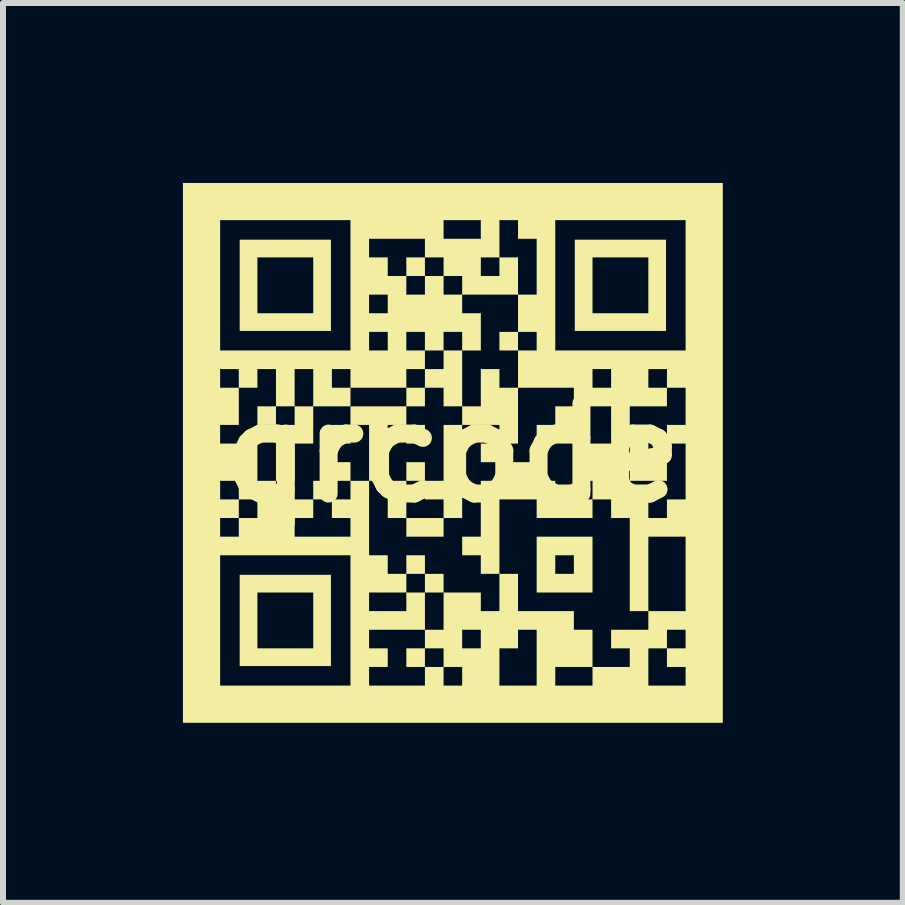
<source format=kicad_pcb>
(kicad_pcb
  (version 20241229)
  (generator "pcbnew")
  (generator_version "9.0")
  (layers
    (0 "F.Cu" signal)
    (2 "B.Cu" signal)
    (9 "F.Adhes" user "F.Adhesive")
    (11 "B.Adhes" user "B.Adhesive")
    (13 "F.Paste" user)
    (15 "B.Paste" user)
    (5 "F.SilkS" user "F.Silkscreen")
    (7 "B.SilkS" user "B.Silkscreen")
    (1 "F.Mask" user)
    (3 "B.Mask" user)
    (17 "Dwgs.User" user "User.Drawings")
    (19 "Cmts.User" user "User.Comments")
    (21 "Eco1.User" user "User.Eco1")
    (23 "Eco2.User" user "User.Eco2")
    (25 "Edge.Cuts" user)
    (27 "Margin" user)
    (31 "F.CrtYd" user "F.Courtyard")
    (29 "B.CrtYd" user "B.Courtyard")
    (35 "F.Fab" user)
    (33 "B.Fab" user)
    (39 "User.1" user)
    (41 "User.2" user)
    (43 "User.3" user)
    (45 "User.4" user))
  (footprint "qrcode"
    (layer "F.Cu")
    (at 4.5 4.5)
    (property "Reference" "qrcode" (at 0 0 0) (layer "F.SilkS") (effects (font (size 1.5 1.5) (thickness 0.3))))
    (attr board_only exclude_from_pos_files exclude_from_bom)
    (fp_poly (pts (xy -0.466 -3.104) (xy -0.466 -2.949) (xy -0.621 -2.949) (xy -0.776 -2.949) (xy -0.776 -3.104) (xy -0.776 -3.259) (xy -0.621 -3.259) (xy -0.466 -3.259)) (stroke (width 0) (type solid)) (fill yes) (layer "F.SilkS"))
    (fp_poly (pts (xy -0.466 -0.31) (xy -0.466 -0.155) (xy -0.621 -0.155) (xy -0.776 -0.155) (xy -0.776 -0.31) (xy -0.776 -0.466) (xy -0.621 -0.466) (xy -0.466 -0.466)) (stroke (width 0) (type solid)) (fill yes) (layer "F.SilkS"))
    (fp_poly (pts (xy -0.466 0.31) (xy -0.466 0.466) (xy -0.621 0.466) (xy -0.776 0.466) (xy -0.776 0.31) (xy -0.776 0.155) (xy -0.621 0.155) (xy -0.466 0.155)) (stroke (width 0) (type solid)) (fill yes) (layer "F.SilkS"))
    (fp_poly (pts (xy -0.466 1.862) (xy -0.466 2.017) (xy -0.621 2.017) (xy -0.776 2.017) (xy -0.776 1.862) (xy -0.776 1.707) (xy -0.621 1.707) (xy -0.466 1.707)) (stroke (width 0) (type solid)) (fill yes) (layer "F.SilkS"))
    (fp_poly (pts (xy -0.466 3.414) (xy -0.466 3.569) (xy -0.621 3.569) (xy -0.776 3.569) (xy -0.776 3.414) (xy -0.776 3.259) (xy -0.621 3.259) (xy -0.466 3.259)) (stroke (width 0) (type solid)) (fill yes) (layer "F.SilkS"))
    (fp_poly (pts (xy -0.155 2.173) (xy -0.155 2.328) (xy -0.31 2.328) (xy -0.466 2.328) (xy -0.466 2.173) (xy -0.466 2.017) (xy -0.31 2.017) (xy -0.155 2.017)) (stroke (width 0) (type solid)) (fill yes) (layer "F.SilkS"))
    (fp_poly (pts (xy 1.086 -1.862) (xy 1.086 -1.707) (xy 0.931 -1.707) (xy 0.776 -1.707) (xy 0.776 -1.862) (xy 0.776 -2.017) (xy 0.931 -2.017) (xy 1.086 -2.017)) (stroke (width 0) (type solid)) (fill yes) (layer "F.SilkS"))
    (fp_poly (pts (xy 2.017 -0.466) (xy 2.017 -0.155) (xy 1.707 -0.155) (xy 1.397 -0.155) (xy 1.397 -0.31) (xy 1.397 -0.466) (xy 1.552 -0.466) (xy 1.707 -0.466) (xy 1.707 -0.621) (xy 1.707 -0.776) (xy 1.862 -0.776) (xy 2.017 -0.776)) (stroke (width 0) (type solid)) (fill yes) (layer "F.SilkS"))
    (fp_poly (pts (xy -1.707 0.31) (xy -1.707 0.466) (xy -1.862 0.466) (xy -2.017 0.466) (xy -2.017 0.621) (xy -2.017 0.776) (xy -2.173 0.776) (xy -2.328 0.776) (xy -2.328 0.621) (xy -2.328 0.466) (xy -2.173 0.466) (xy -2.017 0.466) (xy -2.017 0.31) (xy -2.017 0.155) (xy -1.862 0.155) (xy -1.707 0.155)) (stroke (width 0) (type solid)) (fill yes) (layer "F.SilkS"))
    (fp_poly (pts (xy -2.033 -2.793) (xy -2.033 -2.033) (xy -2.793 -2.033) (xy -3.554 -2.033) (xy -3.554 -2.793) (xy -3.259 -2.793) (xy -3.259 -2.328) (xy -2.793 -2.328) (xy -2.328 -2.328) (xy -2.328 -2.793) (xy -2.328 -3.259) (xy -2.793 -3.259) (xy -3.259 -3.259) (xy -3.259 -2.793) (xy -3.554 -2.793) (xy -3.554 -3.554) (xy -2.793 -3.554) (xy -2.033 -3.554)) (stroke (width 0) (type solid)) (fill yes) (layer "F.SilkS"))
    (fp_poly (pts (xy -2.033 2.793) (xy -2.033 3.554) (xy -2.793 3.554) (xy -3.554 3.554) (xy -3.554 2.793) (xy -3.259 2.793) (xy -3.259 3.259) (xy -2.793 3.259) (xy -2.328 3.259) (xy -2.328 2.793) (xy -2.328 2.328) (xy -2.793 2.328) (xy -3.259 2.328) (xy -3.259 2.793) (xy -3.554 2.793) (xy -3.554 2.033) (xy -2.793 2.033) (xy -2.033 2.033)) (stroke (width 0) (type solid)) (fill yes) (layer "F.SilkS"))
    (fp_poly (pts (xy 2.328 1.862) (xy 2.328 2.328) (xy 1.862 2.328) (xy 1.397 2.328) (xy 1.397 1.862) (xy 1.707 1.862) (xy 1.707 2.017) (xy 1.862 2.017) (xy 2.017 2.017) (xy 2.017 1.862) (xy 2.017 1.707) (xy 1.862 1.707) (xy 1.707 1.707) (xy 1.707 1.862) (xy 1.397 1.862) (xy 1.397 1.397) (xy 1.862 1.397) (xy 2.328 1.397)) (stroke (width 0) (type solid)) (fill yes) (layer "F.SilkS"))
    (fp_poly (pts (xy 3.554 -2.793) (xy 3.554 -2.033) (xy 2.793 -2.033) (xy 2.033 -2.033) (xy 2.033 -2.793) (xy 2.328 -2.793) (xy 2.328 -2.328) (xy 2.793 -2.328) (xy 3.259 -2.328) (xy 3.259 -2.793) (xy 3.259 -3.259) (xy 2.793 -3.259) (xy 2.328 -3.259) (xy 2.328 -2.793) (xy 2.033 -2.793) (xy 2.033 -3.554) (xy 2.793 -3.554) (xy 3.554 -3.554)) (stroke (width 0) (type solid)) (fill yes) (layer "F.SilkS"))
    (fp_poly (pts (xy -2.949 -0.621) (xy -2.949 -0.466) (xy -2.793 -0.466) (xy -2.638 -0.466) (xy -2.638 -0.621) (xy -2.638 -0.776) (xy -2.483 -0.776) (xy -2.328 -0.776) (xy -2.328 -0.466) (xy -2.328 -0.155) (xy -2.483 -0.155) (xy -2.638 -0.155) (xy -2.638 0.155) (xy -2.638 0.466) (xy -2.793 0.466) (xy -2.949 0.466) (xy -2.949 -0.000001) (xy -2.949 -0.466) (xy -3.104 -0.466) (xy -3.259 -0.466) (xy -3.259 -0.621) (xy -3.259 -0.776) (xy -3.104 -0.776) (xy -2.949 -0.776)) (stroke (width 0) (type solid)) (fill yes) (layer "F.SilkS"))
    (fp_poly (pts (xy 1.397 0.31) (xy 1.397 0.466) (xy 1.552 0.466) (xy 1.707 0.466) (xy 1.707 0.621) (xy 1.707 0.776) (xy 2.017 0.776) (xy 2.328 0.776) (xy 2.328 0.931) (xy 2.328 1.086) (xy 1.862 1.086) (xy 1.397 1.086) (xy 1.397 0.931) (xy 1.397 0.776) (xy 1.086 0.776) (xy 0.776 0.776) (xy 0.776 1.397) (xy 0.776 2.017) (xy 0.621 2.017) (xy 0.466 2.017) (xy 0.466 1.862) (xy 0.466 1.707) (xy 0.31 1.707) (xy 0.155 1.707) (xy 0.155 1.552) (xy 0.155 1.397) (xy 0.31 1.397) (xy 0.466 1.397) (xy 0.466 0.931) (xy 0.466 0.466) (xy 0.621 0.466) (xy 0.776 0.466) (xy 0.776 0.31) (xy 0.776 0.155) (xy 1.086 0.155) (xy 1.397 0.155)) (stroke (width 0) (type solid)) (fill yes) (layer "F.SilkS"))
    (fp_poly (pts (xy 0.155 -1.241) (xy 0.155 -0.776) (xy 0.31 -0.776) (xy 0.466 -0.776) (xy 0.466 -1.086) (xy 0.466 -1.397) (xy 0.621 -1.397) (xy 0.776 -1.397) (xy 0.776 -1.241) (xy 0.776 -1.086) (xy 0.931 -1.086) (xy 1.086 -1.086) (xy 1.086 -0.621) (xy 1.086 -0.155) (xy 0.931 -0.155) (xy 0.776 -0.155) (xy 0.776 -0.000001) (xy 0.776 0.155) (xy 0.621 0.155) (xy 0.466 0.155) (xy 0.466 -0.000001) (xy 0.466 -0.155) (xy 0.621 -0.155) (xy 0.776 -0.155) (xy 0.776 -0.31) (xy 0.776 -0.466) (xy 0.466 -0.466) (xy 0.155 -0.466) (xy 0.155 0.31) (xy 0.155 1.086) (xy -0.000001 1.086) (xy -0.155 1.086) (xy -0.155 1.241) (xy -0.155 1.397) (xy -0.466 1.397) (xy -0.776 1.397) (xy -0.776 1.241) (xy -0.776 1.086) (xy -0.931 1.086) (xy -1.086 1.086) (xy -1.086 0.776) (xy -1.086 0.466) (xy -0.931 0.466) (xy -0.776 0.466) (xy -0.776 0.776) (xy -0.776 1.086) (xy -0.466 1.086) (xy -0.155 1.086) (xy -0.155 0.931) (xy -0.155 0.776) (xy -0.31 0.776) (xy -0.466 0.776) (xy -0.466 0.621) (xy -0.466 0.466) (xy -0.31 0.466) (xy -0.155 0.466) (xy -0.155 -0.000001) (xy -0.155 -0.466) (xy -0.000001 -0.466) (xy 0.155 -0.466) (xy 0.155 -0.621) (xy 0.155 -0.776) (xy -0.000001 -0.776) (xy -0.155 -0.776) (xy -0.155 -0.931) (xy -0.155 -1.086) (xy -0.31 -1.086) (xy -0.466 -1.086) (xy -0.466 -0.931) (xy -0.466 -0.776) (xy -0.621 -0.776) (xy -0.776 -0.776) (xy -0.776 -0.621) (xy -0.776 -0.466) (xy -0.931 -0.466) (xy -1.086 -0.466) (xy -1.086 -0.000001) (xy -1.086 0.466) (xy -1.241 0.466) (xy -1.397 0.466) (xy -1.397 -0.000001) (xy -1.397 -0.466) (xy -1.552 -0.466) (xy -1.707 -0.466) (xy -1.707 -0.31) (xy -1.707 -0.155) (xy -1.862 -0.155) (xy -2.017 -0.155) (xy -2.017 -0.31) (xy -2.017 -0.466) (xy -1.862 -0.466) (xy -1.707 -0.466) (xy -1.707 -0.621) (xy -1.707 -0.776) (xy -1.241 -0.776) (xy -0.776 -0.776) (xy -0.776 -0.931) (xy -0.776 -1.086) (xy -0.621 -1.086) (xy -0.466 -1.086) (xy -0.466 -1.241) (xy -0.466 -1.397) (xy -0.31 -1.397) (xy -0.155 -1.397) (xy -0.155 -1.552) (xy -0.155 -1.707) (xy -0.000001 -1.707) (xy 0.155 -1.707)) (stroke (width 0) (type solid)) (fill yes) (layer "F.SilkS"))
    (fp_poly (pts (xy 4.5 -0.000001) (xy 4.5 4.5) (xy -0.000001 4.5) (xy -4.5 4.5) (xy -4.5 2.793) (xy -3.88 2.793) (xy -3.88 3.88) (xy -2.793 3.88) (xy -1.707 3.88) (xy -1.707 2.793) (xy -1.707 1.707) (xy -2.793 1.707) (xy -3.88 1.707) (xy -3.88 2.793) (xy -4.5 2.793) (xy -4.5 1.086) (xy -3.88 1.086) (xy -3.88 1.241) (xy -3.88 1.397) (xy -3.724 1.397) (xy -3.569 1.397) (xy -3.569 1.241) (xy -3.569 1.086) (xy -3.414 1.086) (xy -3.259 1.086) (xy -3.259 0.931) (xy -3.259 0.776) (xy -3.414 0.776) (xy -3.569 0.776) (xy -3.569 0.931) (xy -3.569 1.086) (xy -3.724 1.086) (xy -3.88 1.086) (xy -4.5 1.086) (xy -4.5 0.621) (xy -3.88 0.621) (xy -3.88 0.776) (xy -3.724 0.776) (xy -3.569 0.776) (xy -3.569 0.621) (xy -3.569 0.466) (xy -3.724 0.466) (xy -3.88 0.466) (xy -3.88 0.621) (xy -4.5 0.621) (xy -4.5 -0.000001) (xy -4.5 -1.397) (xy -3.88 -1.397) (xy -3.88 -1.241) (xy -3.88 -1.086) (xy -3.724 -1.086) (xy -3.569 -1.086) (xy -3.569 -0.776) (xy -3.569 -0.466) (xy -3.724 -0.466) (xy -3.88 -0.466) (xy -3.88 -0.31) (xy -3.88 -0.155) (xy -3.569 -0.155) (xy -3.259 -0.155) (xy -3.259 0.155) (xy -3.259 0.466) (xy -3.104 0.466) (xy -2.949 0.466) (xy -2.949 0.621) (xy -2.949 0.776) (xy -2.638 0.776) (xy -2.328 0.776) (xy -2.328 0.931) (xy -2.328 1.086) (xy -2.483 1.086) (xy -2.638 1.086) (xy -2.638 1.241) (xy -2.638 1.397) (xy -2.173 1.397) (xy -1.707 1.397) (xy -1.707 1.241) (xy -1.707 1.086) (xy -1.862 1.086) (xy -2.017 1.086) (xy -2.017 0.931) (xy -2.017 0.776) (xy -1.862 0.776) (xy -1.707 0.776) (xy -1.707 0.621) (xy -1.707 0.466) (xy -1.552 0.466) (xy -1.397 0.466) (xy -1.397 1.086) (xy -1.397 1.707) (xy -1.241 1.707) (xy -1.086 1.707) (xy -1.086 1.862) (xy -1.086 2.017) (xy -0.931 2.017) (xy -0.776 2.017) (xy -0.776 2.173) (xy -0.776 2.328) (xy -1.086 2.328) (xy -1.397 2.328) (xy -1.397 2.483) (xy -1.397 2.638) (xy -1.086 2.638) (xy -0.776 2.638) (xy -0.776 2.483) (xy -0.776 2.328) (xy -0.621 2.328) (xy -0.466 2.328) (xy -0.466 2.638) (xy -0.466 2.949) (xy -0.931 2.949) (xy -1.397 2.949) (xy -1.397 3.104) (xy -1.397 3.259) (xy -1.241 3.259) (xy -1.086 3.259) (xy -1.086 3.414) (xy -1.086 3.569) (xy -1.241 3.569) (xy -1.397 3.569) (xy -1.397 3.724) (xy -1.397 3.88) (xy -0.931 3.88) (xy -0.466 3.88) (xy -0.466 3.724) (xy -0.155 3.724) (xy -0.155 3.88) (xy -0.000001 3.88) (xy 0.155 3.88) (xy 0.155 3.724) (xy 0.155 3.569) (xy -0.000001 3.569) (xy -0.155 3.569) (xy -0.155 3.724) (xy -0.466 3.724) (xy -0.466 3.569) (xy -0.31 3.569) (xy -0.155 3.569) (xy -0.155 3.414) (xy -0.155 3.259) (xy -0.31 3.259) (xy -0.466 3.259) (xy -0.466 3.104) (xy 0.155 3.104) (xy 0.155 3.259) (xy 0.31 3.259) (xy 0.466 3.259) (xy 0.776 3.259) (xy 0.776 3.569) (xy 0.776 3.88) (xy 1.086 3.88) (xy 1.397 3.88) (xy 1.397 3.414) (xy 1.397 2.949) (xy 1.241 2.949) (xy 1.086 2.949) (xy 1.086 3.104) (xy 1.086 3.259) (xy 0.931 3.259) (xy 0.776 3.259) (xy 0.466 3.259) (xy 0.466 3.104) (xy 0.466 2.949) (xy 0.31 2.949) (xy 0.155 2.949) (xy 0.155 3.104) (xy -0.466 3.104) (xy -0.466 2.949) (xy -0.31 2.949) (xy -0.155 2.949) (xy -0.155 2.638) (xy -0.155 2.328) (xy 0.155 2.328) (xy 0.466 2.328) (xy 0.466 2.483) (xy 0.466 2.638) (xy 0.621 2.638) (xy 0.776 2.638) (xy 0.776 2.328) (xy 0.776 2.017) (xy 0.931 2.017) (xy 1.086 2.017) (xy 1.086 2.328) (xy 1.086 2.638) (xy 1.552 2.638) (xy 2.017 2.638) (xy 2.017 2.793) (xy 2.017 2.949) (xy 2.173 2.949) (xy 2.328 2.949) (xy 2.328 3.259) (xy 2.328 3.569) (xy 2.017 3.569) (xy 1.707 3.569) (xy 1.707 3.724) (xy 1.707 3.88) (xy 2.017 3.88) (xy 2.328 3.88) (xy 2.328 3.724) (xy 2.328 3.569) (xy 2.638 3.569) (xy 2.949 3.569) (xy 2.949 3.414) (xy 2.949 3.259) (xy 3.259 3.259) (xy 3.259 3.569) (xy 3.259 3.88) (xy 3.569 3.88) (xy 3.88 3.88) (xy 3.88 3.724) (xy 3.88 3.569) (xy 3.724 3.569) (xy 3.569 3.569) (xy 3.569 3.414) (xy 3.569 3.259) (xy 3.724 3.259) (xy 3.88 3.259) (xy 3.88 3.104) (xy 3.88 2.949) (xy 3.724 2.949) (xy 3.569 2.949) (xy 3.569 3.104) (xy 3.569 3.259) (xy 3.414 3.259) (xy 3.259 3.259) (xy 2.949 3.259) (xy 2.793 3.259) (xy 2.638 3.259) (xy 2.638 3.104) (xy 2.638 2.949) (xy 2.949 2.949) (xy 3.259 2.949) (xy 3.259 2.793) (xy 3.259 2.638) (xy 3.569 2.638) (xy 3.88 2.638) (xy 3.88 2.017) (xy 3.88 1.397) (xy 3.569 1.397) (xy 3.259 1.397) (xy 3.259 2.017) (xy 3.259 2.638) (xy 3.104 2.638) (xy 2.949 2.638) (xy 2.949 1.862) (xy 2.949 1.086) (xy 2.793 1.086) (xy 2.638 1.086) (xy 2.638 0.931) (xy 2.638 0.776) (xy 2.483 0.776) (xy 2.328 0.776) (xy 2.328 0.621) (xy 2.328 0.466) (xy 2.173 0.466) (xy 2.017 0.466) (xy 2.017 0.155) (xy 2.017 -0.155) (xy 2.328 -0.155) (xy 2.638 -0.155) (xy 2.638 0.155) (xy 2.638 0.466) (xy 2.793 0.466) (xy 2.949 0.466) (xy 2.949 0.621) (xy 2.949 0.776) (xy 3.104 0.776) (xy 3.259 0.776) (xy 3.259 0.931) (xy 3.259 1.086) (xy 3.414 1.086) (xy 3.569 1.086) (xy 3.569 0.931) (xy 3.569 0.776) (xy 3.724 0.776) (xy 3.88 0.776) (xy 3.88 0.31) (xy 3.88 -0.155) (xy 3.724 -0.155) (xy 3.569 -0.155) (xy 3.569 -0.31) (xy 3.569 -0.466) (xy 3.724 -0.466) (xy 3.88 -0.466) (xy 3.88 -0.776) (xy 3.88 -1.086) (xy 3.724 -1.086) (xy 3.569 -1.086) (xy 3.569 -0.931) (xy 3.569 -0.776) (xy 3.259 -0.776) (xy 2.949 -0.776) (xy 2.949 -0.621) (xy 2.949 -0.466) (xy 3.104 -0.466) (xy 3.259 -0.466) (xy 3.259 -0.155) (xy 3.259 0.155) (xy 3.414 0.155) (xy 3.569 0.155) (xy 3.569 0.31) (xy 3.569 0.466) (xy 3.259 0.466) (xy 2.949 0.466) (xy 2.949 0.155) (xy 2.949 -0.155) (xy 2.793 -0.155) (xy 2.638 -0.155) (xy 2.638 -0.466) (xy 2.638 -0.776) (xy 2.328 -0.776) (xy 2.017 -0.776) (xy 2.017 -0.931) (xy 2.017 -1.086) (xy 1.552 -1.086) (xy 1.086 -1.086) (xy 1.086 -1.241) (xy 2.328 -1.241) (xy 2.328 -1.086) (xy 2.483 -1.086) (xy 2.638 -1.086) (xy 2.638 -1.241) (xy 3.259 -1.241) (xy 3.259 -1.086) (xy 3.414 -1.086) (xy 3.569 -1.086) (xy 3.569 -1.241) (xy 3.569 -1.397) (xy 3.414 -1.397) (xy 3.259 -1.397) (xy 3.259 -1.241) (xy 2.638 -1.241) (xy 2.638 -1.397) (xy 2.483 -1.397) (xy 2.328 -1.397) (xy 2.328 -1.241) (xy 1.086 -1.241) (xy 1.086 -1.397) (xy 1.086 -1.707) (xy 1.241 -1.707) (xy 1.397 -1.707) (xy 1.397 -1.862) (xy 1.397 -2.017) (xy 1.241 -2.017) (xy 1.086 -2.017) (xy 1.086 -2.328) (xy 1.086 -2.638) (xy 1.241 -2.638) (xy 1.397 -2.638) (xy 1.397 -2.793) (xy 1.707 -2.793) (xy 1.707 -1.707) (xy 2.793 -1.707) (xy 3.88 -1.707) (xy 3.88 -2.793) (xy 3.88 -3.88) (xy 2.793 -3.88) (xy 1.707 -3.88) (xy 1.707 -2.793) (xy 1.397 -2.793) (xy 1.397 -3.104) (xy 1.397 -3.569) (xy 1.241 -3.569) (xy 1.086 -3.569) (xy 1.086 -3.724) (xy 1.086 -3.88) (xy 0.931 -3.88) (xy 0.776 -3.88) (xy 0.776 -3.569) (xy 0.776 -3.259) (xy 0.621 -3.259) (xy 0.466 -3.259) (xy 0.466 -3.104) (xy 0.466 -2.949) (xy 0.621 -2.949) (xy 0.776 -2.949) (xy 0.776 -3.104) (xy 0.776 -3.259) (xy 0.931 -3.259) (xy 1.086 -3.259) (xy 1.086 -2.949) (xy 1.086 -2.638) (xy 0.621 -2.638) (xy 0.155 -2.638) (xy 0.155 -2.793) (xy 0.155 -2.949) (xy -0.000001 -2.949) (xy -0.155 -2.949) (xy -0.155 -2.793) (xy -0.155 -2.638) (xy -0.000001 -2.638) (xy 0.155 -2.638) (xy 0.155 -2.483) (xy 0.155 -2.328) (xy 0.31 -2.328) (xy 0.466 -2.328) (xy 0.466 -2.017) (xy 0.466 -1.707) (xy 0.31 -1.707) (xy 0.155 -1.707) (xy 0.155 -1.862) (xy 0.155 -2.017) (xy -0.000001 -2.017) (xy -0.155 -2.017) (xy -0.155 -1.862) (xy -0.155 -1.707) (xy -0.31 -1.707) (xy -0.466 -1.707) (xy -0.466 -1.862) (xy -0.466 -2.017) (xy -0.621 -2.017) (xy -0.776 -2.017) (xy -0.776 -1.862) (xy -0.776 -1.707) (xy -0.621 -1.707) (xy -0.466 -1.707) (xy -0.466 -1.552) (xy -0.466 -1.397) (xy -0.621 -1.397) (xy -0.776 -1.397) (xy -0.776 -1.241) (xy -0.776 -1.086) (xy -1.241 -1.086) (xy -1.707 -1.086) (xy -1.707 -1.241) (xy -1.707 -1.397) (xy -1.862 -1.397) (xy -2.017 -1.397) (xy -2.017 -1.241) (xy -2.017 -1.086) (xy -1.862 -1.086) (xy -1.707 -1.086) (xy -1.707 -0.931) (xy -1.707 -0.776) (xy -2.017 -0.776) (xy -2.328 -0.776) (xy -2.328 -1.086) (xy -2.328 -1.397) (xy -2.483 -1.397) (xy -2.638 -1.397) (xy -2.638 -1.086) (xy -2.638 -0.776) (xy -2.793 -0.776) (xy -2.949 -0.776) (xy -2.949 -1.086) (xy -2.949 -1.397) (xy -3.104 -1.397) (xy -3.259 -1.397) (xy -3.259 -1.241) (xy -3.259 -1.086) (xy -3.414 -1.086) (xy -3.569 -1.086) (xy -3.569 -1.241) (xy -3.569 -1.397) (xy -3.724 -1.397) (xy -3.88 -1.397) (xy -4.5 -1.397) (xy -4.5 -2.793) (xy -3.88 -2.793) (xy -3.88 -1.707) (xy -2.793 -1.707) (xy -1.707 -1.707) (xy -1.707 -1.862) (xy -1.397 -1.862) (xy -1.397 -1.707) (xy -1.241 -1.707) (xy -1.086 -1.707) (xy -1.086 -1.862) (xy -1.086 -2.017) (xy -1.241 -2.017) (xy -1.397 -2.017) (xy -1.397 -1.862) (xy -1.707 -1.862) (xy -1.707 -2.483) (xy -1.397 -2.483) (xy -1.397 -2.328) (xy -1.241 -2.328) (xy -1.086 -2.328) (xy -1.086 -2.483) (xy -1.086 -2.638) (xy -1.241 -2.638) (xy -1.397 -2.638) (xy -1.397 -2.483) (xy -1.707 -2.483) (xy -1.707 -2.793) (xy -1.707 -3.414) (xy -1.397 -3.414) (xy -1.397 -3.259) (xy -1.241 -3.259) (xy -1.086 -3.259) (xy -1.086 -3.104) (xy -1.086 -2.949) (xy -0.931 -2.949) (xy -0.776 -2.949) (xy -0.776 -2.793) (xy -0.776 -2.638) (xy -0.621 -2.638) (xy -0.466 -2.638) (xy -0.466 -2.793) (xy -0.466 -2.949) (xy -0.31 -2.949) (xy -0.155 -2.949) (xy -0.155 -3.104) (xy -0.155 -3.259) (xy -0.31 -3.259) (xy -0.466 -3.259) (xy -0.466 -3.414) (xy -0.466 -3.569) (xy -0.931 -3.569) (xy -1.397 -3.569) (xy -1.397 -3.414) (xy -1.707 -3.414) (xy -1.707 -3.724) (xy -0.155 -3.724) (xy -0.155 -3.569) (xy 0.155 -3.569) (xy 0.466 -3.569) (xy 0.466 -3.724) (xy 0.466 -3.88) (xy 0.155 -3.88) (xy -0.155 -3.88) (xy -0.155 -3.724) (xy -1.707 -3.724) (xy -1.707 -3.88) (xy -2.793 -3.88) (xy -3.88 -3.88) (xy -3.88 -2.793) (xy -4.5 -2.793) (xy -4.5 -4.5) (xy -0.000001 -4.5) (xy 4.5 -4.5)) (stroke (width 0) (type solid)) (fill yes) (layer "F.SilkS")))
  (gr_rect
    (start -3 -3)
    (end 12.001 12.001)
    (stroke (width 0.1) (type default))
    (fill no)
    (layer "Edge.Cuts")))
</source>
